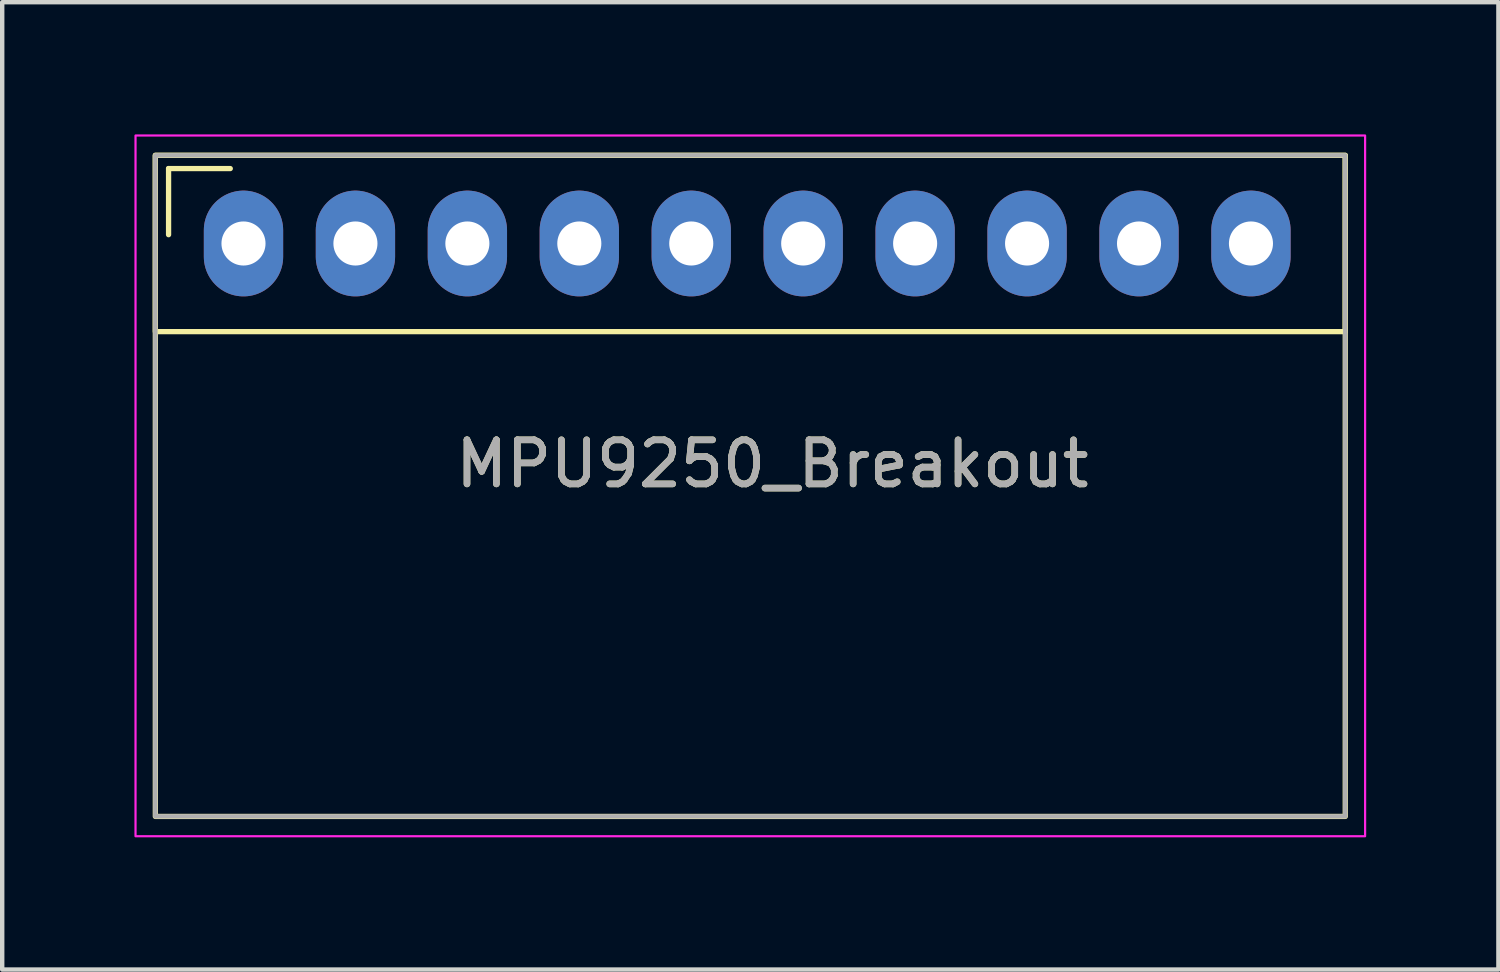
<source format=kicad_pcb>
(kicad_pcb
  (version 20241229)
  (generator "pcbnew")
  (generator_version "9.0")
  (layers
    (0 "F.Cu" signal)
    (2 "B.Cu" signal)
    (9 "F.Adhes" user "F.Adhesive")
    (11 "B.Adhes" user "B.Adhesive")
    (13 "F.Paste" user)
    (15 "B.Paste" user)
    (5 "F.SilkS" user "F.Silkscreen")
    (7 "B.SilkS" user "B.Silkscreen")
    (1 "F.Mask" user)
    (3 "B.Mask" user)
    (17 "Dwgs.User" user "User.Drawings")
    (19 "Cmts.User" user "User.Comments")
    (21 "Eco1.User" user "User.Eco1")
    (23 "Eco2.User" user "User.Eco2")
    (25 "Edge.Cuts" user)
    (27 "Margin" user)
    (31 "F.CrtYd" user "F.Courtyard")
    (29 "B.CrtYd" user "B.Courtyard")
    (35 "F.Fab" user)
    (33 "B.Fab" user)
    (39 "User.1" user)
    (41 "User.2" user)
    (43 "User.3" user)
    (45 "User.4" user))
  (footprint "MPU9250_Breakout"
    (layer "F.Cu")
    (at 2.475 2.475)
    (property "Reference" "MPU9250_Breakout" (at 12 5 0) (unlocked yes) (layer "F.SilkS") (effects (font (size 1 1) (thickness 0.15))))
    (attr through_hole)
    (fp_line (start -1.7 -1.7) (end -0.3 -1.7) (stroke (width 0.12) (type solid)) (layer "F.SilkS"))
    (fp_line (start -1.7 -0.2) (end -1.7 -1.7) (stroke (width 0.12) (type solid)) (layer "F.SilkS"))
    (fp_rect (start -2 -2) (end 25 2) (stroke (width 0.12) (type solid)) (fill no) (layer "F.SilkS"))
    (fp_rect (start -2 -2) (end 25 13) (stroke (width 0.12) (type solid)) (fill no) (layer "F.SilkS"))
    (fp_rect (start -2.45 -2.45) (end 25.45 13.45) (stroke (width 0.05) (type solid)) (fill no) (layer "F.CrtYd"))
    (fp_rect (start -2 -2) (end 25 13) (stroke (width 0.1) (type solid)) (fill no) (layer "F.Fab"))
    (fp_text user "${REFERENCE}" (at 12 5 0) (unlocked yes) (layer "F.Fab") (effects (font (size 1 1) (thickness 0.15))))
    (pad "1" thru_hole oval (at 0 0) (size 1.8 2.4) (drill 1) (layers "*.Cu" "*.Mask"))
    (pad "2" thru_hole oval (at 2.54 0) (size 1.8 2.4) (drill 1) (layers "*.Cu" "*.Mask"))
    (pad "3" thru_hole oval (at 5.08 0) (size 1.8 2.4) (drill 1) (layers "*.Cu" "*.Mask"))
    (pad "4" thru_hole oval (at 7.62 0) (size 1.8 2.4) (drill 1) (layers "*.Cu" "*.Mask"))
    (pad "5" thru_hole oval (at 10.16 0) (size 1.8 2.4) (drill 1) (layers "*.Cu" "*.Mask"))
    (pad "6" thru_hole oval (at 12.7 0) (size 1.8 2.4) (drill 1) (layers "*.Cu" "*.Mask"))
    (pad "7" thru_hole oval (at 15.24 0) (size 1.8 2.4) (drill 1) (layers "*.Cu" "*.Mask"))
    (pad "8" thru_hole oval (at 17.78 0) (size 1.8 2.4) (drill 1) (layers "*.Cu" "*.Mask"))
    (pad "9" thru_hole oval (at 20.32 0) (size 1.8 2.4) (drill 1) (layers "*.Cu" "*.Mask"))
    (pad "10" thru_hole oval (at 22.86 0) (size 1.8 2.4) (drill 1) (layers "*.Cu" "*.Mask")))
  (gr_rect
    (start -3 -3)
    (end 30.95 18.95)
    (stroke (width 0.1) (type default))
    (fill no)
    (layer "Edge.Cuts")))
</source>
